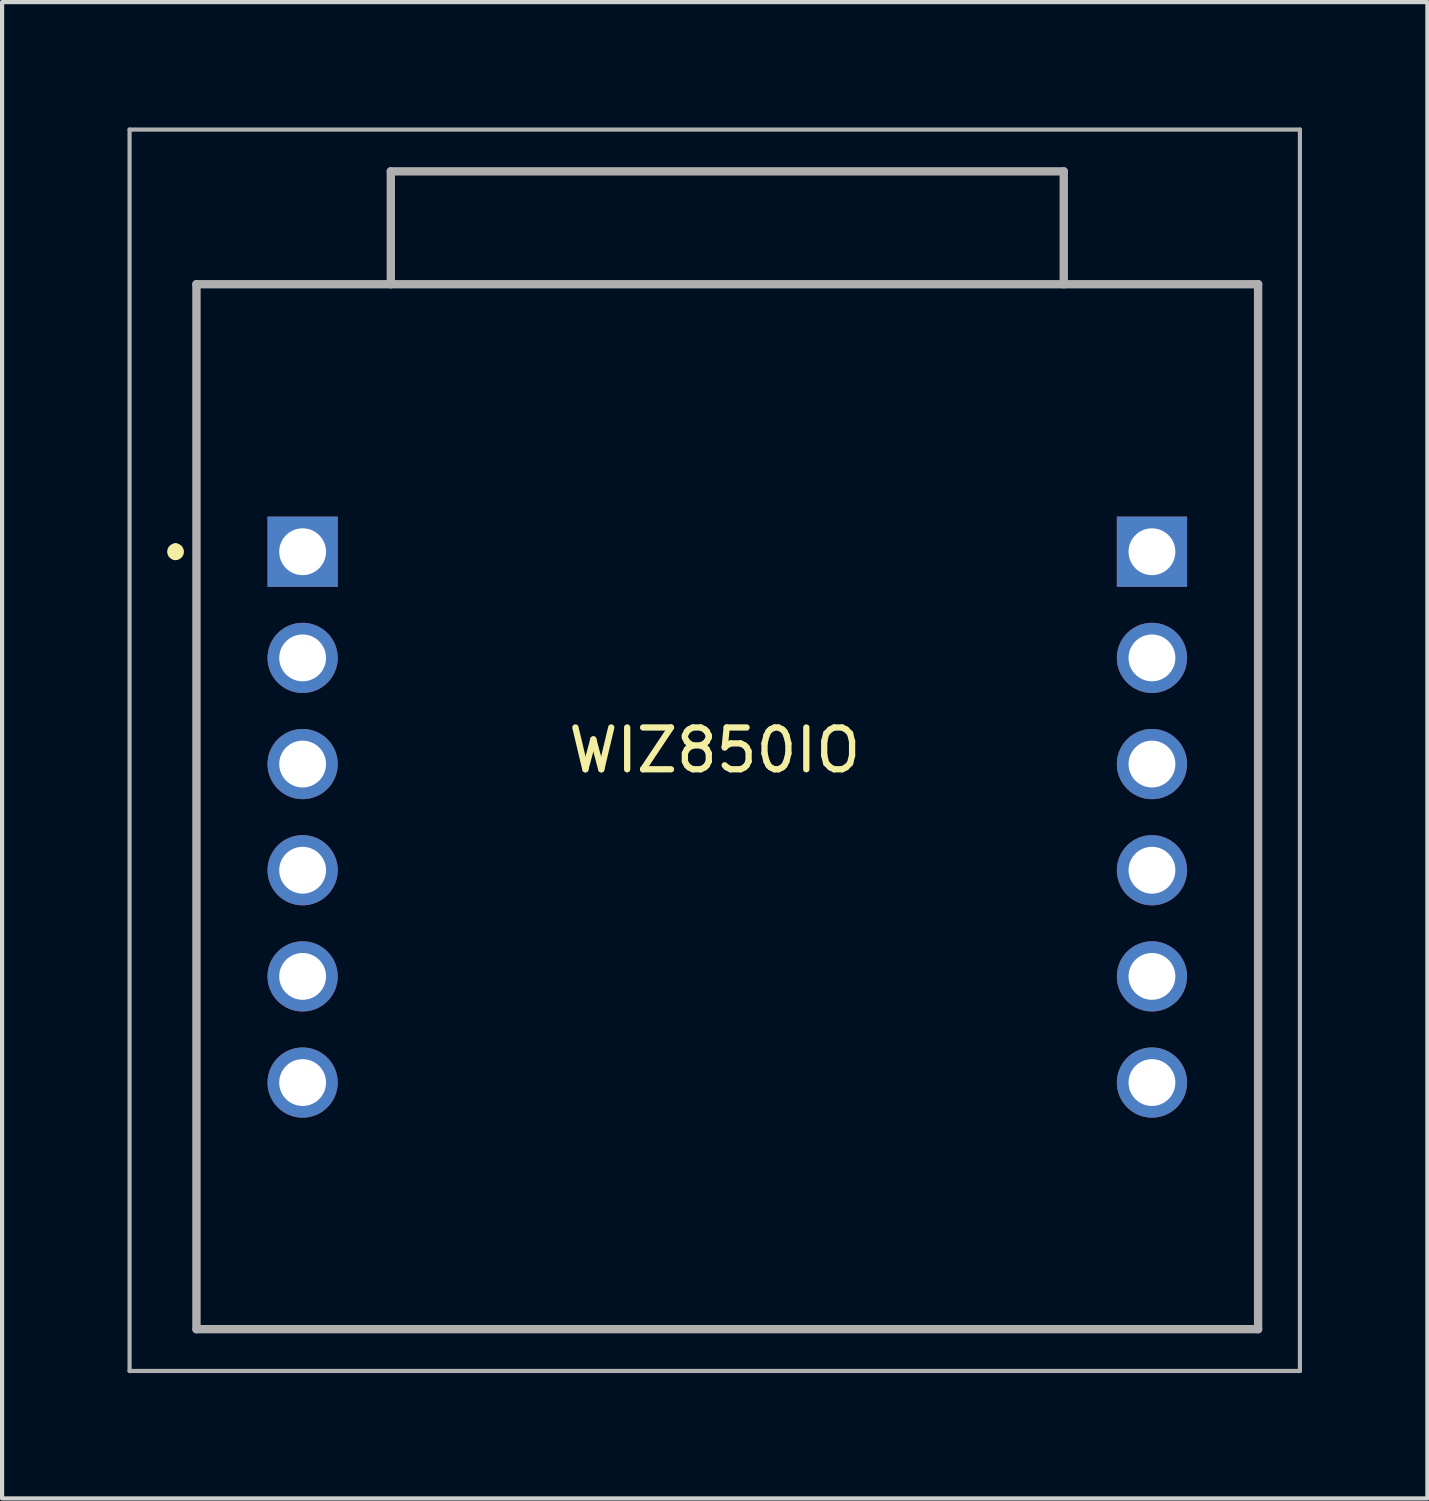
<source format=kicad_pcb>
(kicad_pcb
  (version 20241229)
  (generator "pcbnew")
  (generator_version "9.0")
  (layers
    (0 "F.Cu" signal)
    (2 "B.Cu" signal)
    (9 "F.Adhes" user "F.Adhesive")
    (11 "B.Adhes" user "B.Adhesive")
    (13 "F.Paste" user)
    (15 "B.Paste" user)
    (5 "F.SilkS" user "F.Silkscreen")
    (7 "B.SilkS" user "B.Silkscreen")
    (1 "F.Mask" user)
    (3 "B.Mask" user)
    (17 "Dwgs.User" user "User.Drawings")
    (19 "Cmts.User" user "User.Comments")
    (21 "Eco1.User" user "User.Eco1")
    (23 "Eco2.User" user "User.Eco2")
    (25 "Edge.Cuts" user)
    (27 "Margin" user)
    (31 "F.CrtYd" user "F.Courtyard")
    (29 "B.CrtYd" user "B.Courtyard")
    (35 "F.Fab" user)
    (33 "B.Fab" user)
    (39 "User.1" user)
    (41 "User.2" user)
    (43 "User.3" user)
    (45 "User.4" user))
  (footprint "WIZ850IO"
    (layer "F.Cu")
    (at 14.05 14.9)
    (property "Reference" "WIZ850IO" (at 0 0 0) (layer "F.SilkS") (effects (font (size 1 1) (thickness 0.15))))
    (attr through_hole)
    (fp_line (start -12.9 -4.85) (end -12.9 -4.85) (stroke (width 0.2) (type solid)) (layer "F.SilkS"))
    (fp_line (start -12.9 -4.65) (end -12.9 -4.65) (stroke (width 0.2) (type solid)) (layer "F.SilkS"))
    (fp_line (start -12.4 -11.15) (end 13 -11.15) (stroke (width 0.1) (type solid)) (layer "F.SilkS"))
    (fp_line (start -12.4 13.85) (end -12.4 -11.15) (stroke (width 0.1) (type solid)) (layer "F.SilkS"))
    (fp_line (start -7.75 -13.85) (end 8.35 -13.85) (stroke (width 0.1) (type solid)) (layer "F.SilkS"))
    (fp_line (start -7.75 -13.69) (end -7.75 -13.85) (stroke (width 0.1) (type solid)) (layer "F.SilkS"))
    (fp_line (start -7.75 -11.15) (end -7.75 -13.69) (stroke (width 0.1) (type solid)) (layer "F.SilkS"))
    (fp_line (start 8.35 -13.85) (end 8.35 -11.15) (stroke (width 0.1) (type solid)) (layer "F.SilkS"))
    (fp_line (start 13 -11.15) (end 13 13.85) (stroke (width 0.1) (type solid)) (layer "F.SilkS"))
    (fp_line (start 13 13.85) (end -12.4 13.85) (stroke (width 0.1) (type solid)) (layer "F.SilkS"))
    (fp_arc (start -12.9 -4.85) (mid -12.8 -4.75) (end -12.9 -4.65) (stroke (width 0.2) (type solid)) (layer "F.SilkS"))
    (fp_arc (start -12.9 -4.65) (mid -13 -4.75) (end -12.9 -4.85) (stroke (width 0.2) (type solid)) (layer "F.SilkS"))
    (fp_line (start -14 -14.85) (end 14 -14.85) (stroke (width 0.1) (type solid)) (layer "F.Fab"))
    (fp_line (start -14 14.85) (end -14 -14.85) (stroke (width 0.1) (type solid)) (layer "F.Fab"))
    (fp_line (start -12.4 -11.15) (end 13 -11.15) (stroke (width 0.2) (type solid)) (layer "F.Fab"))
    (fp_line (start -12.4 13.85) (end -12.4 -11.15) (stroke (width 0.2) (type solid)) (layer "F.Fab"))
    (fp_line (start -7.75 -13.85) (end 8.35 -13.85) (stroke (width 0.2) (type solid)) (layer "F.Fab"))
    (fp_line (start -7.75 -11.15) (end -7.75 -13.85) (stroke (width 0.2) (type solid)) (layer "F.Fab"))
    (fp_line (start 8.35 -13.85) (end 8.35 -11.15) (stroke (width 0.2) (type solid)) (layer "F.Fab"))
    (fp_line (start 13 -11.15) (end 13 13.85) (stroke (width 0.2) (type solid)) (layer "F.Fab"))
    (fp_line (start 13 13.85) (end -12.4 13.85) (stroke (width 0.2) (type solid)) (layer "F.Fab"))
    (fp_line (start 14 -14.85) (end 14 14.85) (stroke (width 0.1) (type solid)) (layer "F.Fab"))
    (fp_line (start 14 14.85) (end -14 14.85) (stroke (width 0.1) (type solid)) (layer "F.Fab"))
    (pad "1" thru_hole rect (at -9.86 -4.75) (size 1.68 1.68) (drill 1.12) (layers "*.Cu" "*.Mask"))
    (pad "2" thru_hole circle (at -9.86 -2.21) (size 1.68 1.68) (drill 1.12) (layers "*.Cu" "*.Mask"))
    (pad "3" thru_hole circle (at -9.86 0.33) (size 1.68 1.68) (drill 1.12) (layers "*.Cu" "*.Mask"))
    (pad "4" thru_hole circle (at -9.86 2.87) (size 1.68 1.68) (drill 1.12) (layers "*.Cu" "*.Mask"))
    (pad "5" thru_hole circle (at -9.86 5.41) (size 1.68 1.68) (drill 1.12) (layers "*.Cu" "*.Mask"))
    (pad "6" thru_hole circle (at -9.86 7.95) (size 1.68 1.68) (drill 1.12) (layers "*.Cu" "*.Mask"))
    (pad "7" thru_hole rect (at 10.46 -4.75) (size 1.68 1.68) (drill 1.12) (layers "*.Cu" "*.Mask"))
    (pad "8" thru_hole circle (at 10.46 -2.21) (size 1.68 1.68) (drill 1.12) (layers "*.Cu" "*.Mask"))
    (pad "9" thru_hole circle (at 10.46 0.33) (size 1.68 1.68) (drill 1.12) (layers "*.Cu" "*.Mask"))
    (pad "10" thru_hole circle (at 10.46 2.87) (size 1.68 1.68) (drill 1.12) (layers "*.Cu" "*.Mask"))
    (pad "11" thru_hole circle (at 10.46 5.41) (size 1.68 1.68) (drill 1.12) (layers "*.Cu" "*.Mask"))
    (pad "12" thru_hole circle (at 10.46 7.95) (size 1.68 1.68) (drill 1.12) (layers "*.Cu" "*.Mask")))
  (gr_rect
    (start -3 -3)
    (end 31.1 32.8)
    (stroke (width 0.1) (type default))
    (fill no)
    (layer "Edge.Cuts")))
</source>
